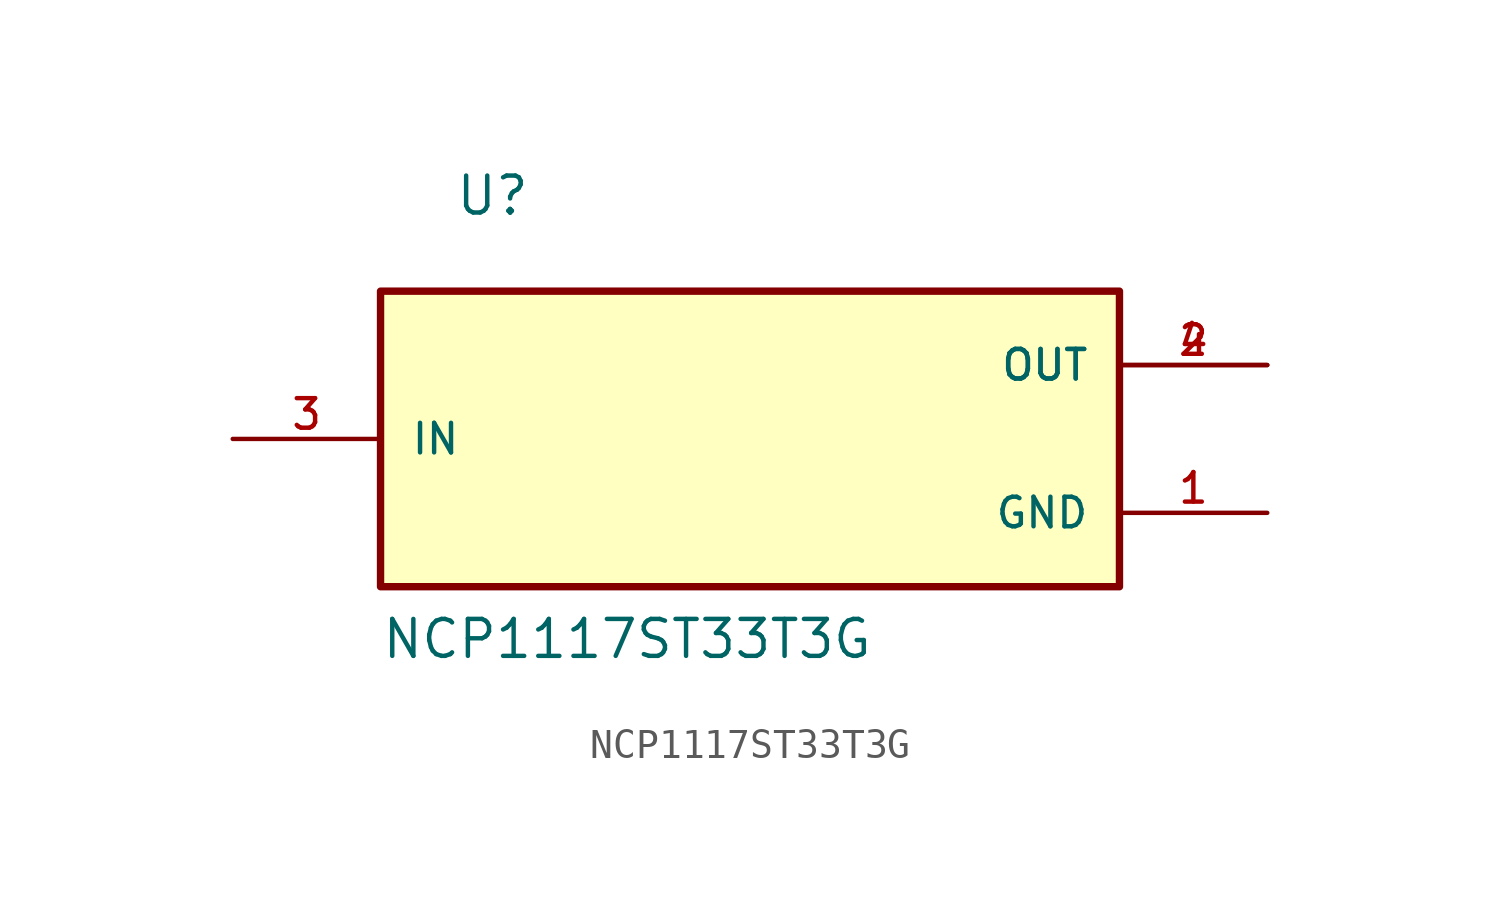
<source format=kicad_sym>
(kicad_symbol_lib
  (version 20211014)
  (generator kicad_symbol_editor)
  (symbol "NCP1117ST33T3G"
    (pin_names
      (offset 1.016))
    (property "Reference" "U"
      (at -10.16 7.62 0)
      (effects (font (size 1.27 1.27)) (justify left bottom)))
    (property "Value" "NCP1117ST33T3G"
      (at -12.7 -7.62 0)
      (effects (font (size 1.27 1.27)) (justify left bottom)))
    (property "ki_locked" ""
      (at 0 0 0)
      (effects (font (size 1.27 1.27))))
    (symbol "NCP1117ST33T3G_0_0"
      (rectangle (start -12.7 -5.08) (end 12.7 5.08) (stroke (width 0.254) (type default) (color 0 0 0 0)) (fill (type background)))
      (pin power_in line (at 17.78 -2.54 180) (length 5.08) (name "GND" (effects (font (size 1.016 1.016)))) (number "1" (effects (font (size 1.016 1.016)))))
      (pin output line (at 17.78 2.54 180) (length 5.08) (name "OUT" (effects (font (size 1.016 1.016)))) (number "2" (effects (font (size 1.016 1.016)))))
      (pin input line (at -17.78 0 0) (length 5.08) (name "IN" (effects (font (size 1.016 1.016)))) (number "3" (effects (font (size 1.016 1.016)))))
      (pin output line (at 17.78 2.54 180) (length 5.08) (name "OUT" (effects (font (size 1.016 1.016)))) (number "4" (effects (font (size 1.016 1.016))))))))
</source>
